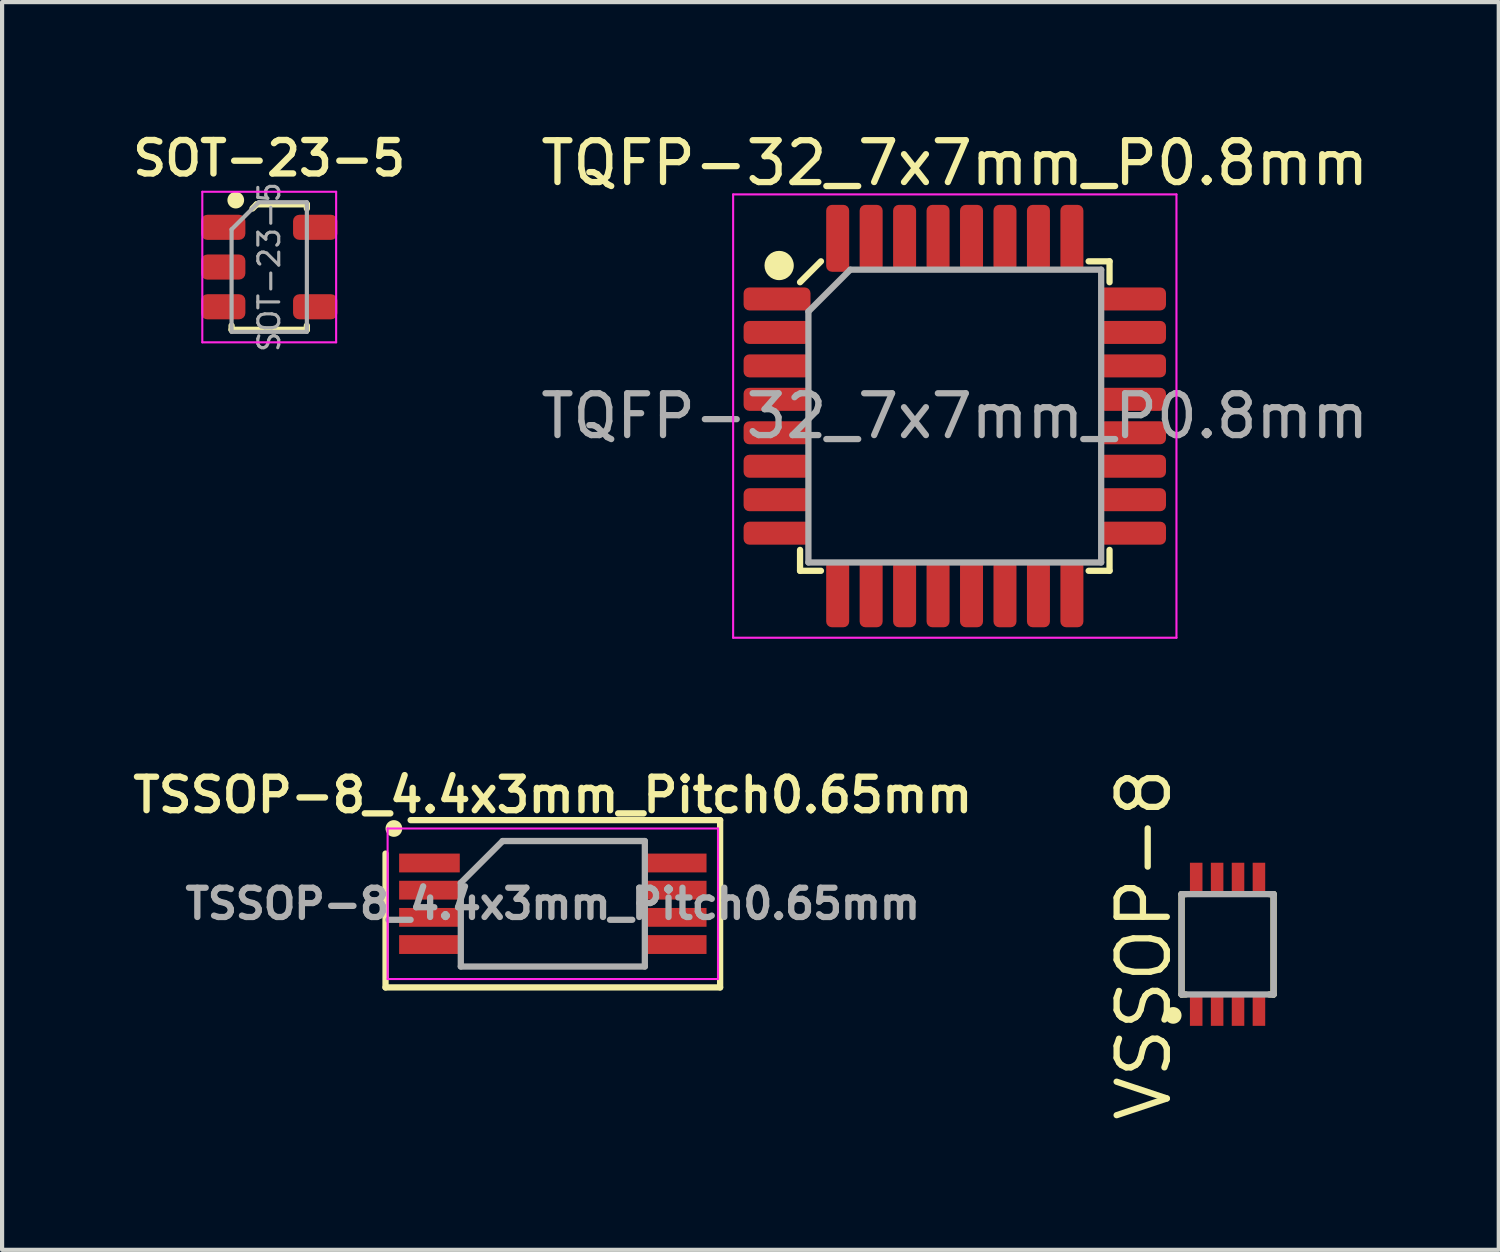
<source format=kicad_pcb>
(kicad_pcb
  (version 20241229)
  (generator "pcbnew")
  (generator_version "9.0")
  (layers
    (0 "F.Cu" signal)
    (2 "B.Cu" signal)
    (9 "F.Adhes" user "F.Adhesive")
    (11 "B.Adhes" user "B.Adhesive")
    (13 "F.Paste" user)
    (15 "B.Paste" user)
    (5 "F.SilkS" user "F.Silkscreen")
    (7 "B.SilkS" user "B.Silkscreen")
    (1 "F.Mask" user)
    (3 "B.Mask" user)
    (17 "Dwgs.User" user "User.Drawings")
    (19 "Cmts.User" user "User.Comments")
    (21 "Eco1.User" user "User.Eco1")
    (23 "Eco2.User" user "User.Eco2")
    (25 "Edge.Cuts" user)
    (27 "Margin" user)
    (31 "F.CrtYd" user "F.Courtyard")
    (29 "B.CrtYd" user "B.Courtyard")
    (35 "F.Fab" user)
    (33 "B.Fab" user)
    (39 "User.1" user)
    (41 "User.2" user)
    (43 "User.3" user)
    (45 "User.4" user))
  (footprint "TSSOP-8_4.4x3mm_Pitch0.65mm"
    (layer "F.Cu")
    (at 10.168 18.559)
    (property "Reference" "TSSOP-8_4.4x3mm_Pitch0.65mm" (at 0 -2.6 0) (layer "F.SilkS") (effects (font (size 0.8 0.8) (thickness 0.152))))
    (attr smd)
    (fp_line (start -4 2) (end -4 -1.2) (stroke (width 0.15) (type solid)) (layer "F.SilkS"))
    (fp_line (start -4 2) (end 4 2) (stroke (width 0.15) (type solid)) (layer "F.SilkS"))
    (fp_line (start -3.4 -2) (end 4 -2) (stroke (width 0.15) (type solid)) (layer "F.SilkS"))
    (fp_line (start 4 2) (end 4 -2) (stroke (width 0.15) (type solid)) (layer "F.SilkS"))
    (fp_circle (center -3.8 -1.8) (end -3.7 -1.8) (stroke (width 0.2) (type solid)) (fill no) (layer "F.SilkS"))
    (fp_line (start -3.95 -1.8) (end -3.95 1.8) (stroke (width 0.05) (type solid)) (layer "F.CrtYd"))
    (fp_line (start -3.95 -1.8) (end 3.95 -1.8) (stroke (width 0.05) (type solid)) (layer "F.CrtYd"))
    (fp_line (start -3.95 1.8) (end 3.95 1.8) (stroke (width 0.05) (type solid)) (layer "F.CrtYd"))
    (fp_line (start 3.95 -1.8) (end 3.95 1.8) (stroke (width 0.05) (type solid)) (layer "F.CrtYd"))
    (fp_line (start -2.2 -0.5) (end -1.2 -1.5) (stroke (width 0.15) (type solid)) (layer "F.Fab"))
    (fp_line (start -2.2 1.5) (end -2.2 -0.5) (stroke (width 0.15) (type solid)) (layer "F.Fab"))
    (fp_line (start -1.2 -1.5) (end 2.2 -1.5) (stroke (width 0.15) (type solid)) (layer "F.Fab"))
    (fp_line (start 2.2 -1.5) (end 2.2 1.5) (stroke (width 0.15) (type solid)) (layer "F.Fab"))
    (fp_line (start 2.2 1.5) (end -2.2 1.5) (stroke (width 0.15) (type solid)) (layer "F.Fab"))
    (fp_text user "${REFERENCE}" (at 0 0 0) (layer "F.Fab") (effects (font (size 0.7 0.7) (thickness 0.15))))
    (pad "1" smd rect (at -2.95 -0.975) (size 1.45 0.45) (layers "F.Cu" "F.Mask" "F.Paste"))
    (pad "2" smd rect (at -2.95 -0.325) (size 1.45 0.45) (layers "F.Cu" "F.Mask" "F.Paste"))
    (pad "3" smd rect (at -2.95 0.325) (size 1.45 0.45) (layers "F.Cu" "F.Mask" "F.Paste"))
    (pad "4" smd rect (at -2.95 0.975) (size 1.45 0.45) (layers "F.Cu" "F.Mask" "F.Paste"))
    (pad "5" smd rect (at 2.95 0.975) (size 1.45 0.45) (layers "F.Cu" "F.Mask" "F.Paste"))
    (pad "6" smd rect (at 2.95 0.325) (size 1.45 0.45) (layers "F.Cu" "F.Mask" "F.Paste"))
    (pad "7" smd rect (at 2.95 -0.325) (size 1.45 0.45) (layers "F.Cu" "F.Mask" "F.Paste"))
    (pad "8" smd rect (at 2.95 -0.975) (size 1.45 0.45) (layers "F.Cu" "F.Mask" "F.Paste")))
  (footprint "SOT-23-5"
    (layer "F.Cu")
    (at 3.387 3.335)
    (property "Reference" "SOT-23-5" (at 0 -2.6 0) (layer "F.SilkS") (effects (font (size 0.8 0.8) (thickness 0.152))))
    (attr smd)
    (fp_line (start -0.9 1.5) (end -0.9 1.4) (stroke (width 0.15) (type solid)) (layer "F.SilkS"))
    (fp_line (start -0.9 1.5) (end 0.9 1.5) (stroke (width 0.15) (type solid)) (layer "F.SilkS"))
    (fp_line (start -0.4 -1.4) (end -0.3 -1.5) (stroke (width 0.15) (type solid)) (layer "F.SilkS"))
    (fp_line (start 0.9 -1.5) (end -0.3 -1.5) (stroke (width 0.15) (type solid)) (layer "F.SilkS"))
    (fp_line (start 0.9 -1.5) (end 0.9 -1.4) (stroke (width 0.15) (type solid)) (layer "F.SilkS"))
    (fp_line (start 0.9 1.4) (end 0.9 1.5) (stroke (width 0.15) (type solid)) (layer "F.SilkS"))
    (fp_circle (center -0.8 -1.6) (end -0.7 -1.6) (stroke (width 0.2) (type solid)) (fill no) (layer "F.SilkS"))
    (fp_line (start -1.6 -1.8) (end 1.6 -1.8) (stroke (width 0.05) (type solid)) (layer "F.CrtYd"))
    (fp_line (start -1.6 1.8) (end -1.6 -1.8) (stroke (width 0.05) (type solid)) (layer "F.CrtYd"))
    (fp_line (start 1.6 -1.8) (end 1.6 1.8) (stroke (width 0.05) (type solid)) (layer "F.CrtYd"))
    (fp_line (start 1.6 1.8) (end -1.6 1.8) (stroke (width 0.05) (type solid)) (layer "F.CrtYd"))
    (fp_line (start -0.9 -0.9) (end -0.9 1.55) (stroke (width 0.1) (type solid)) (layer "F.Fab"))
    (fp_line (start -0.9 -0.9) (end -0.25 -1.55) (stroke (width 0.1) (type solid)) (layer "F.Fab"))
    (fp_line (start 0.9 -1.55) (end -0.25 -1.55) (stroke (width 0.1) (type solid)) (layer "F.Fab"))
    (fp_line (start 0.9 -1.55) (end 0.9 1.55) (stroke (width 0.1) (type solid)) (layer "F.Fab"))
    (fp_line (start 0.9 1.55) (end -0.9 1.55) (stroke (width 0.1) (type solid)) (layer "F.Fab"))
    (fp_text user "${REFERENCE}" (at 0 0 90) (layer "F.Fab") (effects (font (size 0.5 0.5) (thickness 0.075))))
    (pad "1" smd roundrect (at -1.1 -0.95) (size 1.06 0.6) (layers "F.Cu" "F.Mask" "F.Paste") (roundrect_rratio 0.25))
    (pad "2" smd roundrect (at -1.1 0) (size 1.06 0.6) (layers "F.Cu" "F.Mask" "F.Paste") (roundrect_rratio 0.25))
    (pad "3" smd roundrect (at -1.1 0.95) (size 1.06 0.6) (layers "F.Cu" "F.Mask" "F.Paste") (roundrect_rratio 0.25))
    (pad "4" smd roundrect (at 1.1 0.95) (size 1.06 0.6) (layers "F.Cu" "F.Mask" "F.Paste") (roundrect_rratio 0.25))
    (pad "5" smd roundrect (at 1.1 -0.95) (size 1.06 0.6) (layers "F.Cu" "F.Mask" "F.Paste") (roundrect_rratio 0.25)))
  (footprint "TQFP-32_7x7mm_P0.8mm"
    (layer "F.Cu")
    (at 19.779 6.898)
    (property "Reference" "TQFP-32_7x7mm_P0.8mm" (at 0 -6.05 0) (layer "F.SilkS") (effects (font (size 1 1) (thickness 0.15))))
    (attr smd)
    (fp_line (start -3.7 3.7) (end -3.7 3.2) (stroke (width 0.15) (type solid)) (layer "F.SilkS"))
    (fp_line (start -3.7 3.7) (end -3.2 3.7) (stroke (width 0.15) (type solid)) (layer "F.SilkS"))
    (fp_line (start -3.2 -3.7) (end -3.7 -3.2) (stroke (width 0.15) (type solid)) (layer "F.SilkS"))
    (fp_line (start 3.7 -3.7) (end 3.2 -3.7) (stroke (width 0.15) (type solid)) (layer "F.SilkS"))
    (fp_line (start 3.7 -3.7) (end 3.7 -3.2) (stroke (width 0.15) (type solid)) (layer "F.SilkS"))
    (fp_line (start 3.7 3.7) (end 3.2 3.7) (stroke (width 0.15) (type solid)) (layer "F.SilkS"))
    (fp_line (start 3.7 3.7) (end 3.7 3.2) (stroke (width 0.15) (type solid)) (layer "F.SilkS"))
    (fp_circle (center -4.2 -3.6) (end -3.9 -3.6) (stroke (width 0.1) (type solid)) (fill yes) (layer "F.SilkS"))
    (fp_line (start -5.3 -5.3) (end -5.3 5.3) (stroke (width 0.05) (type solid)) (layer "F.CrtYd"))
    (fp_line (start -5.3 -5.3) (end 5.3 -5.3) (stroke (width 0.05) (type solid)) (layer "F.CrtYd"))
    (fp_line (start -5.3 5.3) (end 5.3 5.3) (stroke (width 0.05) (type solid)) (layer "F.CrtYd"))
    (fp_line (start 5.3 -5.3) (end 5.3 5.3) (stroke (width 0.05) (type solid)) (layer "F.CrtYd"))
    (fp_line (start -3.5 -2.5) (end -2.5 -3.5) (stroke (width 0.15) (type solid)) (layer "F.Fab"))
    (fp_line (start -3.5 3.5) (end -3.5 -2.5) (stroke (width 0.15) (type solid)) (layer "F.Fab"))
    (fp_line (start -2.5 -3.5) (end 3.5 -3.5) (stroke (width 0.15) (type solid)) (layer "F.Fab"))
    (fp_line (start 3.5 -3.5) (end 3.5 3.5) (stroke (width 0.15) (type solid)) (layer "F.Fab"))
    (fp_line (start 3.5 3.5) (end -3.5 3.5) (stroke (width 0.15) (type solid)) (layer "F.Fab"))
    (fp_text user "${REFERENCE}" (at 0 0 0) (layer "F.Fab") (effects (font (size 1 1) (thickness 0.15))))
    (pad "1" smd roundrect (at -4.25 -2.8) (size 1.6 0.55) (layers "F.Cu" "F.Mask" "F.Paste") (roundrect_rratio 0.25))
    (pad "2" smd roundrect (at -4.25 -2) (size 1.6 0.55) (layers "F.Cu" "F.Mask" "F.Paste") (roundrect_rratio 0.25))
    (pad "3" smd roundrect (at -4.25 -1.2) (size 1.6 0.55) (layers "F.Cu" "F.Mask" "F.Paste") (roundrect_rratio 0.25))
    (pad "4" smd roundrect (at -4.25 -0.4) (size 1.6 0.55) (layers "F.Cu" "F.Mask" "F.Paste") (roundrect_rratio 0.25))
    (pad "5" smd roundrect (at -4.25 0.4) (size 1.6 0.55) (layers "F.Cu" "F.Mask" "F.Paste") (roundrect_rratio 0.25))
    (pad "6" smd roundrect (at -4.25 1.2) (size 1.6 0.55) (layers "F.Cu" "F.Mask" "F.Paste") (roundrect_rratio 0.25))
    (pad "7" smd roundrect (at -4.25 2) (size 1.6 0.55) (layers "F.Cu" "F.Mask" "F.Paste") (roundrect_rratio 0.25))
    (pad "8" smd roundrect (at -4.25 2.8) (size 1.6 0.55) (layers "F.Cu" "F.Mask" "F.Paste") (roundrect_rratio 0.25))
    (pad "9" smd roundrect (at -2.8 4.25 90) (size 1.6 0.55) (layers "F.Cu" "F.Mask" "F.Paste") (roundrect_rratio 0.25))
    (pad "10" smd roundrect (at -2 4.25 90) (size 1.6 0.55) (layers "F.Cu" "F.Mask" "F.Paste") (roundrect_rratio 0.25))
    (pad "11" smd roundrect (at -1.2 4.25 90) (size 1.6 0.55) (layers "F.Cu" "F.Mask" "F.Paste") (roundrect_rratio 0.25))
    (pad "12" smd roundrect (at -0.4 4.25 90) (size 1.6 0.55) (layers "F.Cu" "F.Mask" "F.Paste") (roundrect_rratio 0.25))
    (pad "13" smd roundrect (at 0.4 4.25 90) (size 1.6 0.55) (layers "F.Cu" "F.Mask" "F.Paste") (roundrect_rratio 0.25))
    (pad "14" smd roundrect (at 1.2 4.25 90) (size 1.6 0.55) (layers "F.Cu" "F.Mask" "F.Paste") (roundrect_rratio 0.25))
    (pad "15" smd roundrect (at 2 4.25 90) (size 1.6 0.55) (layers "F.Cu" "F.Mask" "F.Paste") (roundrect_rratio 0.25))
    (pad "16" smd roundrect (at 2.8 4.25 90) (size 1.6 0.55) (layers "F.Cu" "F.Mask" "F.Paste") (roundrect_rratio 0.25))
    (pad "17" smd roundrect (at 4.25 2.8) (size 1.6 0.55) (layers "F.Cu" "F.Mask" "F.Paste") (roundrect_rratio 0.25))
    (pad "18" smd roundrect (at 4.25 2) (size 1.6 0.55) (layers "F.Cu" "F.Mask" "F.Paste") (roundrect_rratio 0.25))
    (pad "19" smd roundrect (at 4.25 1.2) (size 1.6 0.55) (layers "F.Cu" "F.Mask" "F.Paste") (roundrect_rratio 0.25))
    (pad "20" smd roundrect (at 4.25 0.4) (size 1.6 0.55) (layers "F.Cu" "F.Mask" "F.Paste") (roundrect_rratio 0.25))
    (pad "21" smd roundrect (at 4.25 -0.4) (size 1.6 0.55) (layers "F.Cu" "F.Mask" "F.Paste") (roundrect_rratio 0.25))
    (pad "22" smd roundrect (at 4.25 -1.2) (size 1.6 0.55) (layers "F.Cu" "F.Mask" "F.Paste") (roundrect_rratio 0.25))
    (pad "23" smd roundrect (at 4.25 -2) (size 1.6 0.55) (layers "F.Cu" "F.Mask" "F.Paste") (roundrect_rratio 0.25))
    (pad "24" smd roundrect (at 4.25 -2.8) (size 1.6 0.55) (layers "F.Cu" "F.Mask" "F.Paste") (roundrect_rratio 0.25))
    (pad "25" smd roundrect (at 2.8 -4.25 90) (size 1.6 0.55) (layers "F.Cu" "F.Mask" "F.Paste") (roundrect_rratio 0.25))
    (pad "26" smd roundrect (at 2 -4.25 90) (size 1.6 0.55) (layers "F.Cu" "F.Mask" "F.Paste") (roundrect_rratio 0.25))
    (pad "27" smd roundrect (at 1.2 -4.25 90) (size 1.6 0.55) (layers "F.Cu" "F.Mask" "F.Paste") (roundrect_rratio 0.25))
    (pad "28" smd roundrect (at 0.4 -4.25 90) (size 1.6 0.55) (layers "F.Cu" "F.Mask" "F.Paste") (roundrect_rratio 0.25))
    (pad "29" smd roundrect (at -0.4 -4.25 90) (size 1.6 0.55) (layers "F.Cu" "F.Mask" "F.Paste") (roundrect_rratio 0.25))
    (pad "30" smd roundrect (at -1.2 -4.25 90) (size 1.6 0.55) (layers "F.Cu" "F.Mask" "F.Paste") (roundrect_rratio 0.25))
    (pad "31" smd roundrect (at -2 -4.25 90) (size 1.6 0.55) (layers "F.Cu" "F.Mask" "F.Paste") (roundrect_rratio 0.25))
    (pad "32" smd roundrect (at -2.8 -4.25 90) (size 1.6 0.55) (layers "F.Cu" "F.Mask" "F.Paste") (roundrect_rratio 0.25)))
  (footprint "VSSOP-8"
    (layer "F.Cu")
    (at 26.301 19.528)
    (property "Reference" "VSSOP-8" (at -2 0 90) (layer "F.SilkS") (effects (font (size 1.2 1.2) (thickness 0.15))))
    (attr smd)
    (fp_line (start -1.1 -1.2) (end -1.1 1.2) (stroke (width 0.15) (type solid)) (layer "F.SilkS"))
    (fp_line (start -1.1 -1.2) (end -1 -1.2) (stroke (width 0.15) (type solid)) (layer "F.SilkS"))
    (fp_line (start -1 1.2) (end -1.1 1.2) (stroke (width 0.15) (type solid)) (layer "F.SilkS"))
    (fp_line (start 1 -1.2) (end 1.1 -1.2) (stroke (width 0.15) (type solid)) (layer "F.SilkS"))
    (fp_line (start 1.1 1.2) (end 1 1.2) (stroke (width 0.15) (type solid)) (layer "F.SilkS"))
    (fp_line (start 1.1 1.2) (end 1.1 -1.2) (stroke (width 0.15) (type solid)) (layer "F.SilkS"))
    (fp_circle (center -1.3 1.7) (end -1.4 1.7) (stroke (width 0.2) (type solid)) (fill no) (layer "F.SilkS"))
    (fp_line (start -1.1 -1.2) (end -1.1 1.2) (stroke (width 0.15) (type solid)) (layer "F.Fab"))
    (fp_line (start -1.1 1.2) (end 1.1 1.2) (stroke (width 0.15) (type solid)) (layer "F.Fab"))
    (fp_line (start 1.1 -1.2) (end -1.1 -1.2) (stroke (width 0.15) (type solid)) (layer "F.Fab"))
    (fp_line (start 1.1 1.2) (end 1.1 -1.2) (stroke (width 0.15) (type solid)) (layer "F.Fab"))
    (pad "1" smd rect (at -0.75 1.55) (size 0.3 0.8) (layers "F.Cu" "F.Mask" "F.Paste"))
    (pad "2" smd rect (at -0.25 1.55) (size 0.3 0.8) (layers "F.Cu" "F.Mask" "F.Paste"))
    (pad "3" smd rect (at 0.25 1.55) (size 0.3 0.8) (layers "F.Cu" "F.Mask" "F.Paste"))
    (pad "4" smd rect (at 0.75 1.55) (size 0.3 0.8) (layers "F.Cu" "F.Mask" "F.Paste"))
    (pad "5" smd rect (at 0.75 -1.55) (size 0.3 0.8) (layers "F.Cu" "F.Mask" "F.Paste"))
    (pad "6" smd rect (at 0.25 -1.55) (size 0.3 0.8) (layers "F.Cu" "F.Mask" "F.Paste"))
    (pad "7" smd rect (at -0.25 -1.55) (size 0.3 0.8) (layers "F.Cu" "F.Mask" "F.Paste"))
    (pad "8" smd rect (at -0.75 -1.55) (size 0.3 0.8) (layers "F.Cu" "F.Mask" "F.Paste")))
  (gr_rect
    (start -3 -3)
    (end 32.785 26.833)
    (stroke (width 0.1) (type default))
    (fill no)
    (layer "Edge.Cuts")))
</source>
